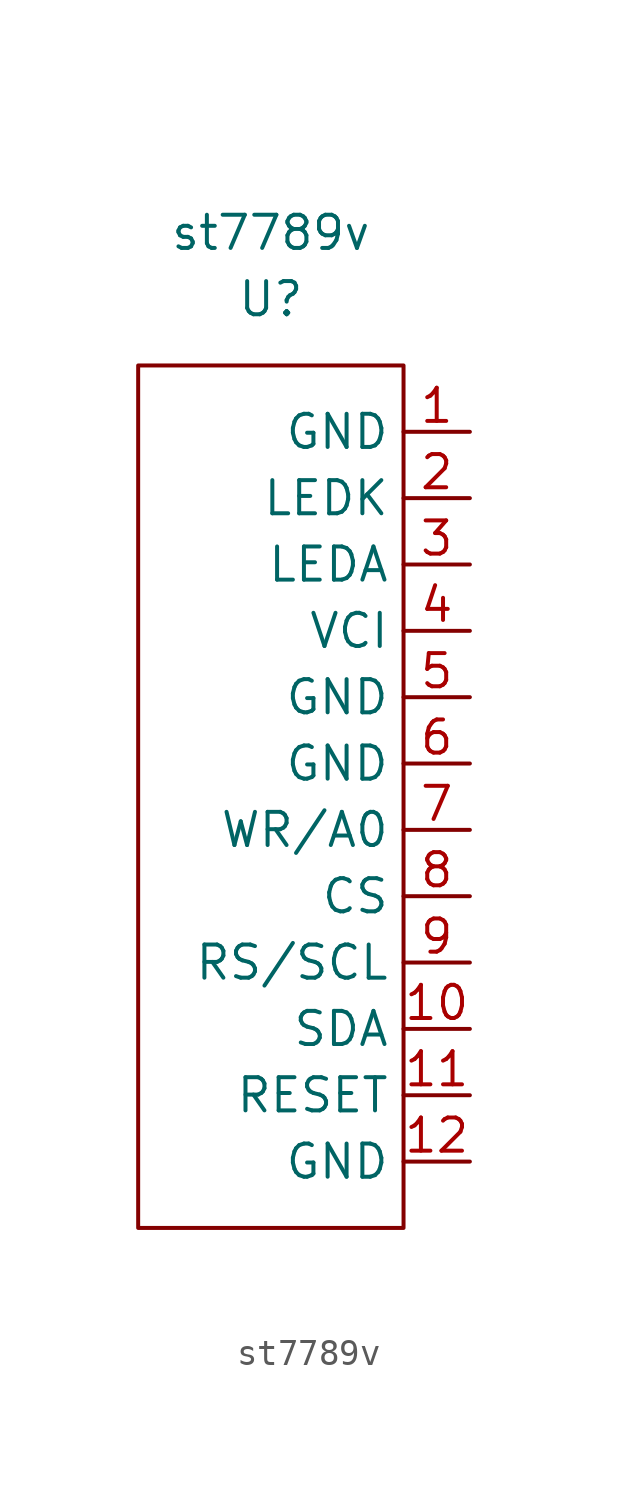
<source format=kicad_sym>
(kicad_symbol_lib
  (version 20211014)
  (generator kicad_symbol_editor)
  (symbol "st7789v"
    (property "Reference" "U"
      (at 0 8.89 0)
      (effects (font (size 1.27 1.27))))
    (property "Value" "st7789v"
      (at 0 11.43 0)
      (effects (font (size 1.27 1.27))))
    (symbol "st7789v_0_1"
      (rectangle (start -5.08 6.35) (end 5.08 -26.67) (stroke (width 0) (type default) (color 0 0 0 0)) (fill (type none))))
    (symbol "st7789v_1_1"
      (pin input line (at 7.62 3.81 180) (length 2.54) (name "GND" (effects (font (size 1.27 1.27)))) (number "1" (effects (font (size 1.27 1.27)))))
      (pin input line (at 7.62 -19.05 180) (length 2.54) (name "SDA" (effects (font (size 1.27 1.27)))) (number "10" (effects (font (size 1.27 1.27)))))
      (pin input line (at 7.62 -21.59 180) (length 2.54) (name "RESET" (effects (font (size 1.27 1.27)))) (number "11" (effects (font (size 1.27 1.27)))))
      (pin input line (at 7.62 -24.13 180) (length 2.54) (name "GND" (effects (font (size 1.27 1.27)))) (number "12" (effects (font (size 1.27 1.27)))))
      (pin input line (at 7.62 1.27 180) (length 2.54) (name "LEDK" (effects (font (size 1.27 1.27)))) (number "2" (effects (font (size 1.27 1.27)))))
      (pin input line (at 7.62 -1.27 180) (length 2.54) (name "LEDA" (effects (font (size 1.27 1.27)))) (number "3" (effects (font (size 1.27 1.27)))))
      (pin input line (at 7.62 -3.81 180) (length 2.54) (name "VCI" (effects (font (size 1.27 1.27)))) (number "4" (effects (font (size 1.27 1.27)))))
      (pin input line (at 7.62 -6.35 180) (length 2.54) (name "GND" (effects (font (size 1.27 1.27)))) (number "5" (effects (font (size 1.27 1.27)))))
      (pin input line (at 7.62 -8.89 180) (length 2.54) (name "GND" (effects (font (size 1.27 1.27)))) (number "6" (effects (font (size 1.27 1.27)))))
      (pin input line (at 7.62 -11.43 180) (length 2.54) (name "WR/A0" (effects (font (size 1.27 1.27)))) (number "7" (effects (font (size 1.27 1.27)))))
      (pin input line (at 7.62 -13.97 180) (length 2.54) (name "CS" (effects (font (size 1.27 1.27)))) (number "8" (effects (font (size 1.27 1.27)))))
      (pin input line (at 7.62 -16.51 180) (length 2.54) (name "RS/SCL" (effects (font (size 1.27 1.27)))) (number "9" (effects (font (size 1.27 1.27))))))))
</source>
